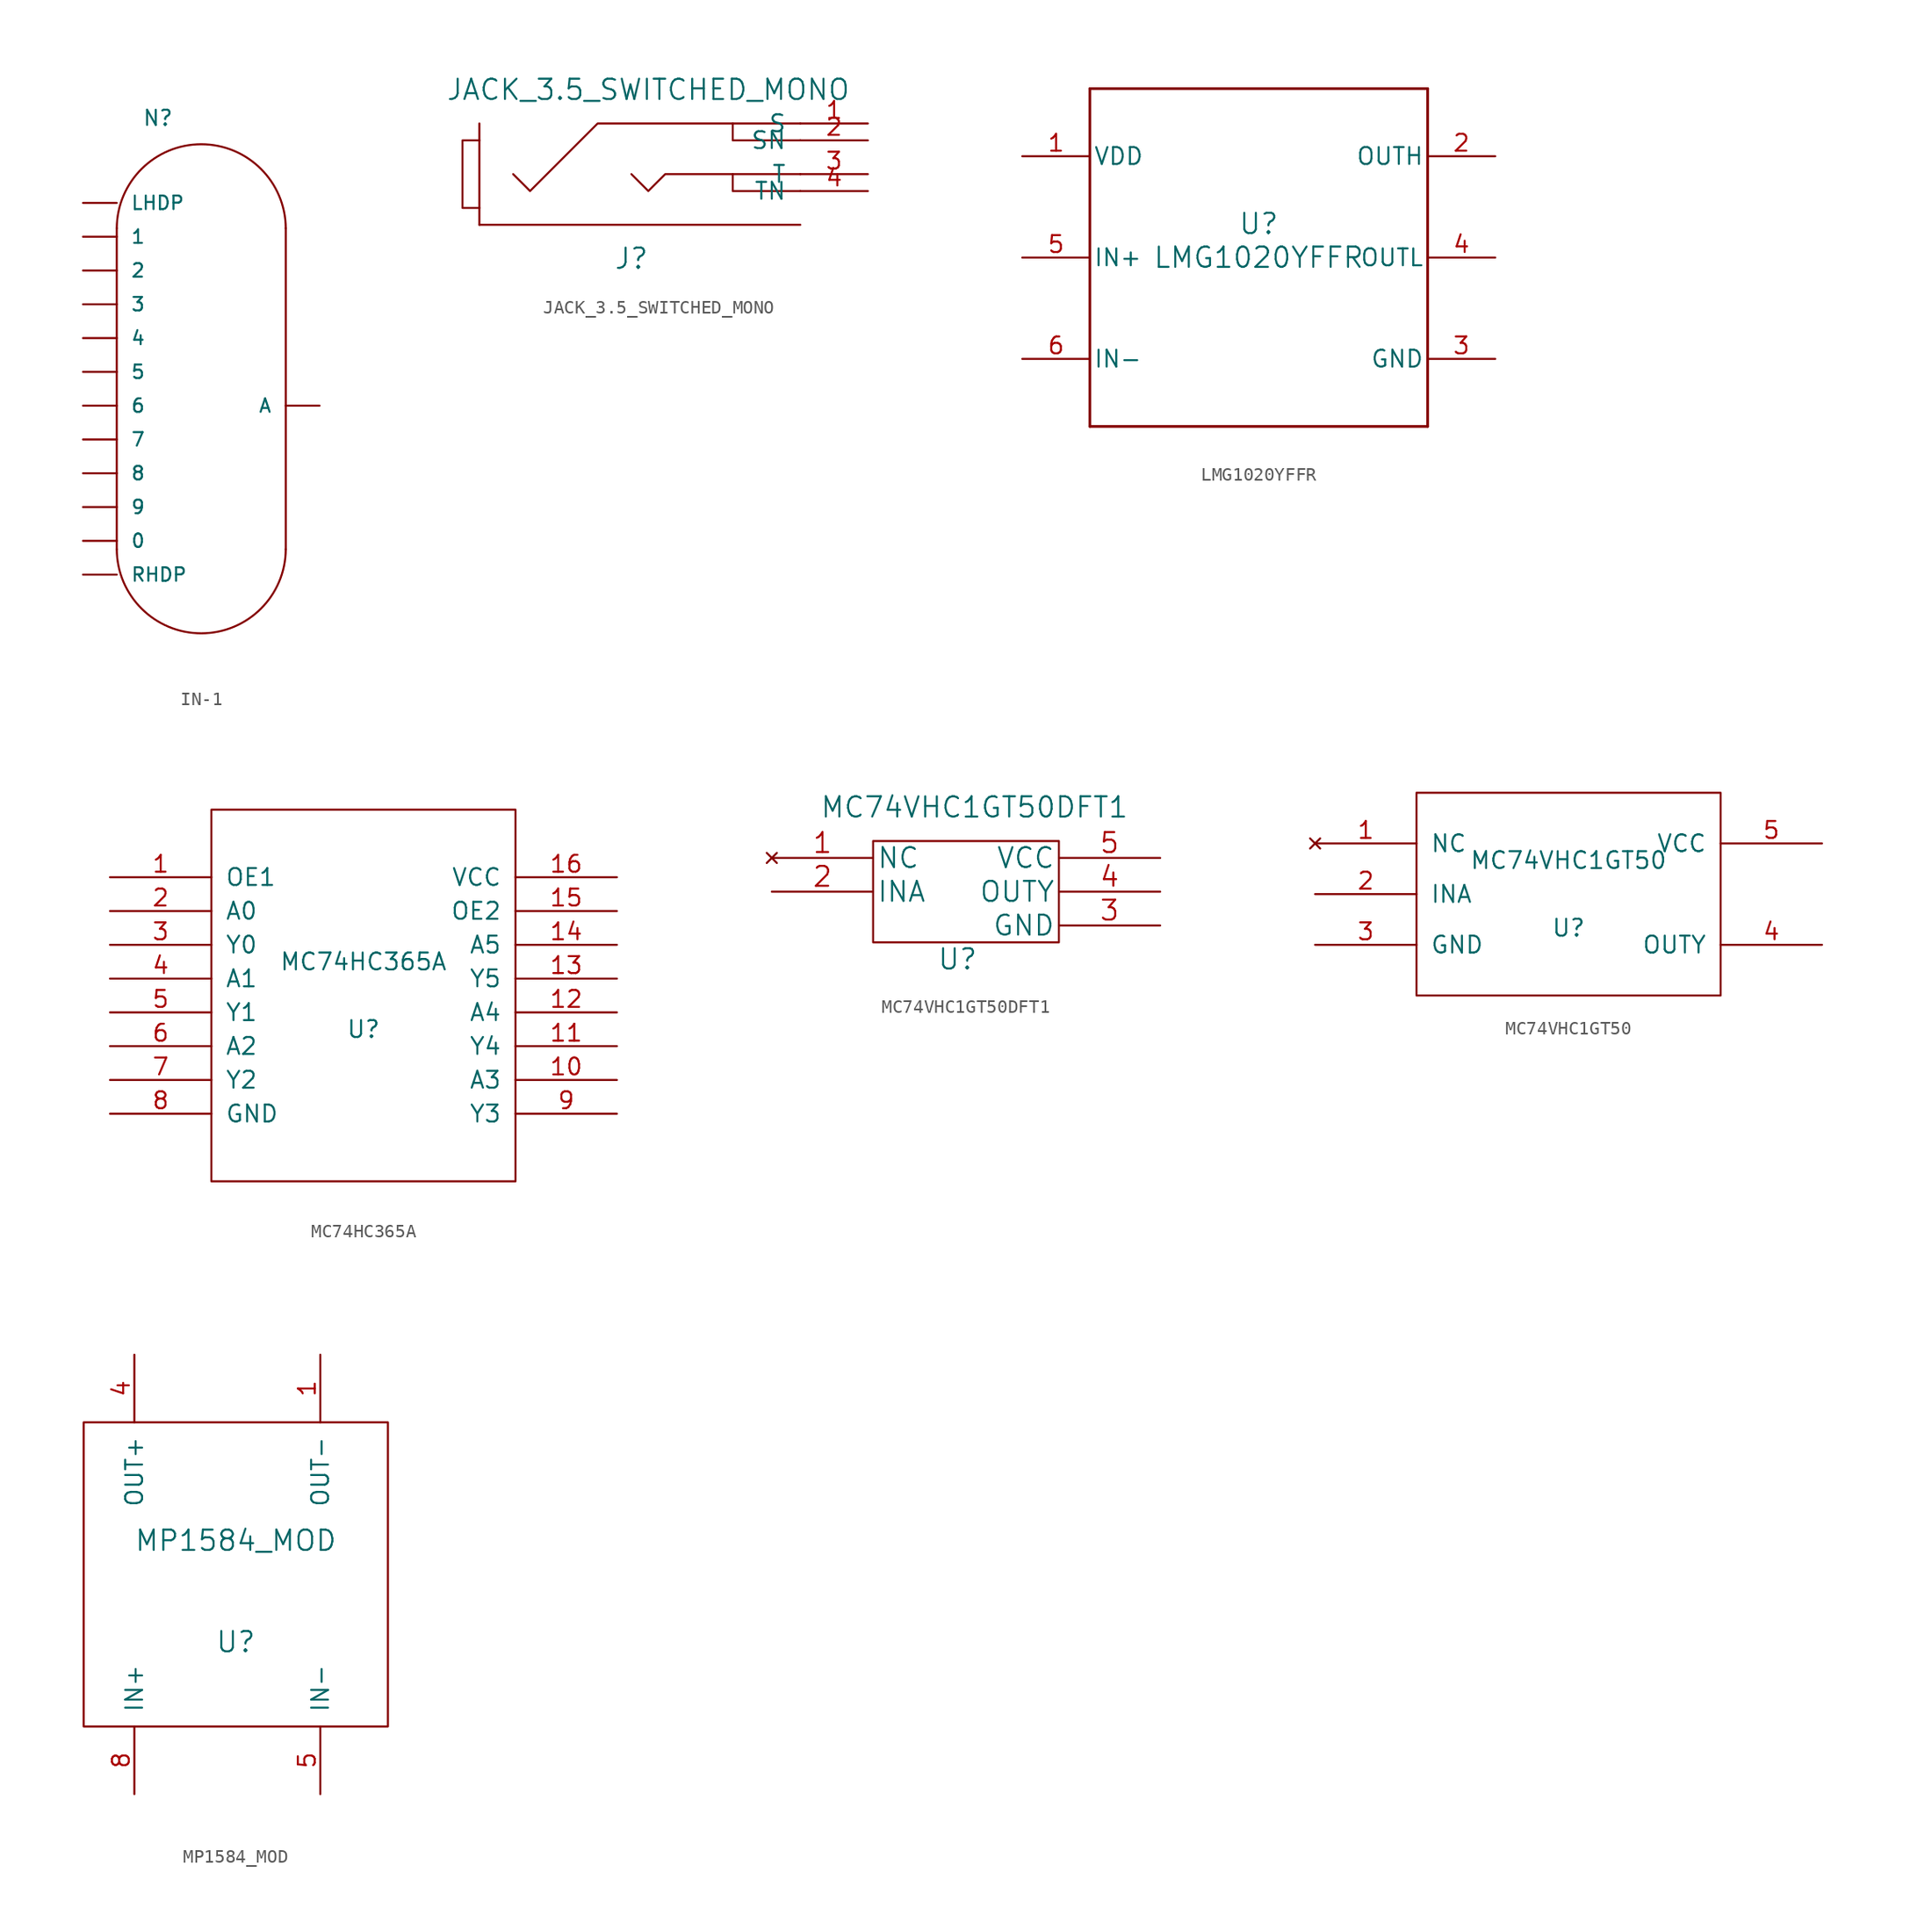
<source format=kicad_sym>
(kicad_symbol_lib
  (version 20220914)
  (generator kicad_symbol_editor)
  (symbol "IN-1"
    (pin_numbers hide)
    (pin_names
      (offset 1.016))
    (property "Reference" "N"
      (at -5.715 20.955 0)
      (effects (font (size 1.143 1.143)) (justify left bottom)))
    (symbol "IN-1_1_0"
      (polyline (pts (xy -7.62 -10.795) (xy -7.62 13.335)) (stroke (width 0) (type solid)) (fill (type none)))
      (polyline (pts (xy 5.08 -10.795) (xy 5.08 13.335)) (stroke (width 0) (type solid)) (fill (type none))))
    (symbol "IN-1_1_1"
      (arc (start -7.62 -10.795) (mid -1.27 -17.1174) (end 5.08 -10.795) (stroke (width 0) (type solid)) (fill (type none)))
      (arc (start 5.08 13.335) (mid -1.27 19.6574) (end -7.62 13.335) (stroke (width 0) (type solid)) (fill (type none)))
      (pin bidirectional line (at -10.16 -10.16 0) (length 2.54) (name "0" (effects (font (size 1.016 1.016)))) (number "0" (effects (font (size 1.016 1.016)))))
      (pin bidirectional line (at -10.16 12.7 0) (length 2.54) (name "1" (effects (font (size 1.016 1.016)))) (number "1" (effects (font (size 1.016 1.016)))))
      (pin bidirectional line (at -10.16 10.16 0) (length 2.54) (name "2" (effects (font (size 1.016 1.016)))) (number "2" (effects (font (size 1.016 1.016)))))
      (pin bidirectional line (at -10.16 7.62 0) (length 2.54) (name "3" (effects (font (size 1.016 1.016)))) (number "3" (effects (font (size 1.016 1.016)))))
      (pin bidirectional line (at -10.16 5.08 0) (length 2.54) (name "4" (effects (font (size 1.016 1.016)))) (number "4" (effects (font (size 1.016 1.016)))))
      (pin bidirectional line (at -10.16 2.54 0) (length 2.54) (name "5" (effects (font (size 1.016 1.016)))) (number "5" (effects (font (size 1.016 1.016)))))
      (pin bidirectional line (at -10.16 0 0) (length 2.54) (name "6" (effects (font (size 1.016 1.016)))) (number "6" (effects (font (size 1.016 1.016)))))
      (pin bidirectional line (at -10.16 -2.54 0) (length 2.54) (name "7" (effects (font (size 1.016 1.016)))) (number "7" (effects (font (size 1.016 1.016)))))
      (pin bidirectional line (at -10.16 -5.08 0) (length 2.54) (name "8" (effects (font (size 1.016 1.016)))) (number "8" (effects (font (size 1.016 1.016)))))
      (pin bidirectional line (at -10.16 -7.62 0) (length 2.54) (name "9" (effects (font (size 1.016 1.016)))) (number "9" (effects (font (size 1.016 1.016)))))
      (pin bidirectional line (at 7.62 0 180) (length 2.54) (name "A" (effects (font (size 1.016 1.016)))) (number "A" (effects (font (size 1.016 1.016)))))
      (pin bidirectional line (at -10.16 15.24 0) (length 2.54) (name "LHDP" (effects (font (size 1.016 1.016)))) (number "LHDP" (effects (font (size 1.016 1.016)))))
      (pin bidirectional line (at -10.16 -12.7 0) (length 2.54) (name "RHDP" (effects (font (size 1.016 1.016)))) (number "RHDP" (effects (font (size 1.016 1.016)))))))
  (symbol "JACK_3.5_SWITCHED_MONO"
    (pin_names
      (offset 1.016))
    (property "Reference" "J"
      (at 0 -6.35 0)
      (effects (font (size 1.524 1.524))))
    (property "Value" "JACK_3.5_SWITCHED_MONO"
      (at 1.27 6.35 0)
      (effects (font (size 1.524 1.524))))
    (symbol "JACK_3.5_SWITCHED_MONO_0_1"
      (rectangle (start -12.7 2.54) (end -11.43 -2.54) (stroke (width 0) (type solid)) (fill (type none)))
      (rectangle (start -11.43 -3.81) (end 12.7 -3.81) (stroke (width 0) (type solid)) (fill (type none)))
      (rectangle (start -11.43 -2.54) (end -11.43 -3.81) (stroke (width 0) (type solid)) (fill (type none)))
      (polyline (pts (xy -11.43 2.54) (xy -11.43 3.81)) (stroke (width 0) (type solid)) (fill (type none)))
      (polyline (pts (xy 12.7 -1.27) (xy 7.62 -1.27) (xy 7.62 0)) (stroke (width 0) (type solid)) (fill (type none)))
      (polyline (pts (xy 12.7 2.54) (xy 7.62 2.54) (xy 7.62 3.81)) (stroke (width 0) (type solid)) (fill (type none)))
      (polyline (pts (xy -8.89 0) (xy -7.62 -1.27) (xy -2.54 3.81) (xy 12.7 3.81)) (stroke (width 0) (type solid)) (fill (type none)))
      (polyline (pts (xy 0 0) (xy 1.27 -1.27) (xy 2.54 0) (xy 12.7 0)) (stroke (width 0) (type solid)) (fill (type none))))
    (symbol "JACK_3.5_SWITCHED_MONO_1_1"
      (pin input line (at 17.78 3.81 180) (length 5.08) (name "S" (effects (font (size 1.27 1.27)))) (number "1" (effects (font (size 1.27 1.27)))))
      (pin input line (at 17.78 2.54 180) (length 5.08) (name "SN" (effects (font (size 1.27 1.27)))) (number "2" (effects (font (size 1.27 1.27)))))
      (pin input line (at 17.78 0 180) (length 5.08) (name "T" (effects (font (size 1.27 1.27)))) (number "3" (effects (font (size 1.27 1.27)))))
      (pin input line (at 17.78 -1.27 180) (length 5.08) (name "TN" (effects (font (size 1.27 1.27)))) (number "4" (effects (font (size 1.27 1.27)))))))
  (symbol "LMG1020YFFR"
    (pin_names
      (offset 0.254))
    (property "Reference" "U"
      (at 0 2.54 0)
      (effects (font (size 1.524 1.524))))
    (property "Value" "LMG1020YFFR"
      (at 0 0 0)
      (effects (font (size 1.524 1.524))))
    (symbol "LMG1020YFFR_0_1"
      (polyline (pts (xy -12.7 -12.7) (xy 12.7 -12.7)) (stroke (width 0.203) (type default)) (fill (type none)))
      (polyline (pts (xy -12.7 12.7) (xy -12.7 -12.7)) (stroke (width 0.203) (type default)) (fill (type none)))
      (polyline (pts (xy 12.7 -12.7) (xy 12.7 12.7)) (stroke (width 0.203) (type default)) (fill (type none)))
      (polyline (pts (xy 12.7 12.7) (xy -12.7 12.7)) (stroke (width 0.203) (type default)) (fill (type none)))
      (pin power_in line (at -17.78 7.62 0) (length 5.08) (name "VDD" (effects (font (size 1.27 1.27)))) (number "1" (effects (font (size 1.27 1.27)))))
      (pin output line (at 17.78 7.62 180) (length 5.08) (name "OUTH" (effects (font (size 1.27 1.27)))) (number "2" (effects (font (size 1.27 1.27)))))
      (pin power_in line (at 17.78 -7.62 180) (length 5.08) (name "GND" (effects (font (size 1.27 1.27)))) (number "3" (effects (font (size 1.27 1.27)))))
      (pin output line (at 17.78 0 180) (length 5.08) (name "OUTL" (effects (font (size 1.27 1.27)))) (number "4" (effects (font (size 1.27 1.27)))))
      (pin input line (at -17.78 0 0) (length 5.08) (name "IN+" (effects (font (size 1.27 1.27)))) (number "5" (effects (font (size 1.27 1.27)))))
      (pin input line (at -17.78 -7.62 0) (length 5.08) (name "IN-" (effects (font (size 1.27 1.27)))) (number "6" (effects (font (size 1.27 1.27)))))))
  (symbol "MC74HC365A"
    (pin_names
      (offset 1.016))
    (property "Reference" "U"
      (at 0 -2.54 0)
      (effects (font (size 1.27 1.27))))
    (property "Value" "MC74HC365A"
      (at 0 2.54 0)
      (effects (font (size 1.27 1.27))))
    (symbol "MC74HC365A_1_0"
      (rectangle (start -11.43 -13.97) (end 11.43 13.97) (stroke (width 0) (type solid)) (fill (type none))))
    (symbol "MC74HC365A_1_1"
      (pin input line (at -19.05 8.89 0) (length 7.62) (name "OE1" (effects (font (size 1.27 1.27)))) (number "1" (effects (font (size 1.27 1.27)))))
      (pin input line (at 19.05 -6.35 180) (length 7.62) (name "A3" (effects (font (size 1.27 1.27)))) (number "10" (effects (font (size 1.27 1.27)))))
      (pin output line (at 19.05 -3.81 180) (length 7.62) (name "Y4" (effects (font (size 1.27 1.27)))) (number "11" (effects (font (size 1.27 1.27)))))
      (pin input line (at 19.05 -1.27 180) (length 7.62) (name "A4" (effects (font (size 1.27 1.27)))) (number "12" (effects (font (size 1.27 1.27)))))
      (pin output line (at 19.05 1.27 180) (length 7.62) (name "Y5" (effects (font (size 1.27 1.27)))) (number "13" (effects (font (size 1.27 1.27)))))
      (pin input line (at 19.05 3.81 180) (length 7.62) (name "A5" (effects (font (size 1.27 1.27)))) (number "14" (effects (font (size 1.27 1.27)))))
      (pin input line (at 19.05 6.35 180) (length 7.62) (name "OE2" (effects (font (size 1.27 1.27)))) (number "15" (effects (font (size 1.27 1.27)))))
      (pin power_in line (at 19.05 8.89 180) (length 7.62) (name "VCC" (effects (font (size 1.27 1.27)))) (number "16" (effects (font (size 1.27 1.27)))))
      (pin input line (at -19.05 6.35 0) (length 7.62) (name "A0" (effects (font (size 1.27 1.27)))) (number "2" (effects (font (size 1.27 1.27)))))
      (pin output line (at -19.05 3.81 0) (length 7.62) (name "Y0" (effects (font (size 1.27 1.27)))) (number "3" (effects (font (size 1.27 1.27)))))
      (pin input line (at -19.05 1.27 0) (length 7.62) (name "A1" (effects (font (size 1.27 1.27)))) (number "4" (effects (font (size 1.27 1.27)))))
      (pin output line (at -19.05 -1.27 0) (length 7.62) (name "Y1" (effects (font (size 1.27 1.27)))) (number "5" (effects (font (size 1.27 1.27)))))
      (pin input line (at -19.05 -3.81 0) (length 7.62) (name "A2" (effects (font (size 1.27 1.27)))) (number "6" (effects (font (size 1.27 1.27)))))
      (pin output line (at -19.05 -6.35 0) (length 7.62) (name "Y2" (effects (font (size 1.27 1.27)))) (number "7" (effects (font (size 1.27 1.27)))))
      (pin power_in line (at -19.05 -8.89 0) (length 7.62) (name "GND" (effects (font (size 1.27 1.27)))) (number "8" (effects (font (size 1.27 1.27)))))
      (pin output line (at 19.05 -8.89 180) (length 7.62) (name "Y3" (effects (font (size 1.27 1.27)))) (number "9" (effects (font (size 1.27 1.27)))))))
  (symbol "MC74VHC1GT50DFT1"
    (pin_names
      (offset 0.254))
    (property "Reference" "U"
      (at 0 -5.08 0)
      (effects (font (size 1.524 1.524))))
    (property "Value" "MC74VHC1GT50DFT1"
      (at 1.27 6.35 0)
      (effects (font (size 1.524 1.524))))
    (property "Datasheet" ""
      (at -13.97 2.54 0)
      (effects (font (size 1.524 1.524))))
    (symbol "MC74VHC1GT50DFT1_1_1"
      (rectangle (start -6.35 3.81) (end 7.62 -3.81) (stroke (width 0) (type solid)) (fill (type none)))
      (pin no_connect line (at -13.97 2.54 0) (length 7.62) (name "NC" (effects (font (size 1.499 1.499)))) (number "1" (effects (font (size 1.499 1.499)))))
      (pin input line (at -13.97 0 0) (length 7.62) (name "INA" (effects (font (size 1.499 1.499)))) (number "2" (effects (font (size 1.499 1.499)))))
      (pin power_in line (at 15.24 -2.54 180) (length 7.62) (name "GND" (effects (font (size 1.499 1.499)))) (number "3" (effects (font (size 1.499 1.499)))))
      (pin output line (at 15.24 0 180) (length 7.62) (name "OUTY" (effects (font (size 1.499 1.499)))) (number "4" (effects (font (size 1.499 1.499)))))
      (pin power_in line (at 15.24 2.54 180) (length 7.62) (name "VCC" (effects (font (size 1.499 1.499)))) (number "5" (effects (font (size 1.499 1.499)))))))
  (symbol "MC74VHC1GT50"
    (pin_names
      (offset 1.016))
    (property "Reference" "U"
      (at 0 -2.54 0)
      (effects (font (size 1.27 1.27))))
    (property "Value" "MC74VHC1GT50"
      (at 0 2.54 0)
      (effects (font (size 1.27 1.27))))
    (symbol "MC74VHC1GT50_1_0"
      (rectangle (start -11.43 -7.62) (end 11.43 7.62) (stroke (width 0) (type solid)) (fill (type none))))
    (symbol "MC74VHC1GT50_1_1"
      (pin no_connect line (at -19.05 3.81 0) (length 7.62) (name "NC" (effects (font (size 1.27 1.27)))) (number "1" (effects (font (size 1.27 1.27)))))
      (pin input line (at -19.05 0 0) (length 7.62) (name "INA" (effects (font (size 1.27 1.27)))) (number "2" (effects (font (size 1.27 1.27)))))
      (pin power_in line (at -19.05 -3.81 0) (length 7.62) (name "GND" (effects (font (size 1.27 1.27)))) (number "3" (effects (font (size 1.27 1.27)))))
      (pin output line (at 19.05 -3.81 180) (length 7.62) (name "OUTY" (effects (font (size 1.27 1.27)))) (number "4" (effects (font (size 1.27 1.27)))))
      (pin power_in line (at 19.05 3.81 180) (length 7.62) (name "VCC" (effects (font (size 1.27 1.27)))) (number "5" (effects (font (size 1.27 1.27)))))))
  (symbol "MP1584_MOD"
    (pin_names
      (offset 1.016))
    (property "Reference" "U"
      (at 0 -3.81 0)
      (effects (font (size 1.524 1.524))))
    (property "Value" "MP1584_MOD"
      (at 0 3.81 0)
      (effects (font (size 1.524 1.524))))
    (symbol "MP1584_MOD_0_1"
      (rectangle (start -11.43 12.7) (end 11.43 -10.16) (stroke (width 0) (type solid)) (fill (type none))))
    (symbol "MP1584_MOD_1_1"
      (pin power_in line (at 6.35 17.78 270) (length 5.08) (name "OUT-" (effects (font (size 1.27 1.27)))) (number "1" (effects (font (size 1.27 1.27)))))
      (pin power_in line (at -7.62 17.78 270) (length 5.08) (name "OUT+" (effects (font (size 1.27 1.27)))) (number "4" (effects (font (size 1.27 1.27)))))
      (pin power_in line (at 6.35 -15.24 90) (length 5.08) (name "IN-" (effects (font (size 1.27 1.27)))) (number "5" (effects (font (size 1.27 1.27)))))
      (pin power_in line (at -7.62 -15.24 90) (length 5.08) (name "IN+" (effects (font (size 1.27 1.27)))) (number "8" (effects (font (size 1.27 1.27))))))))
</source>
